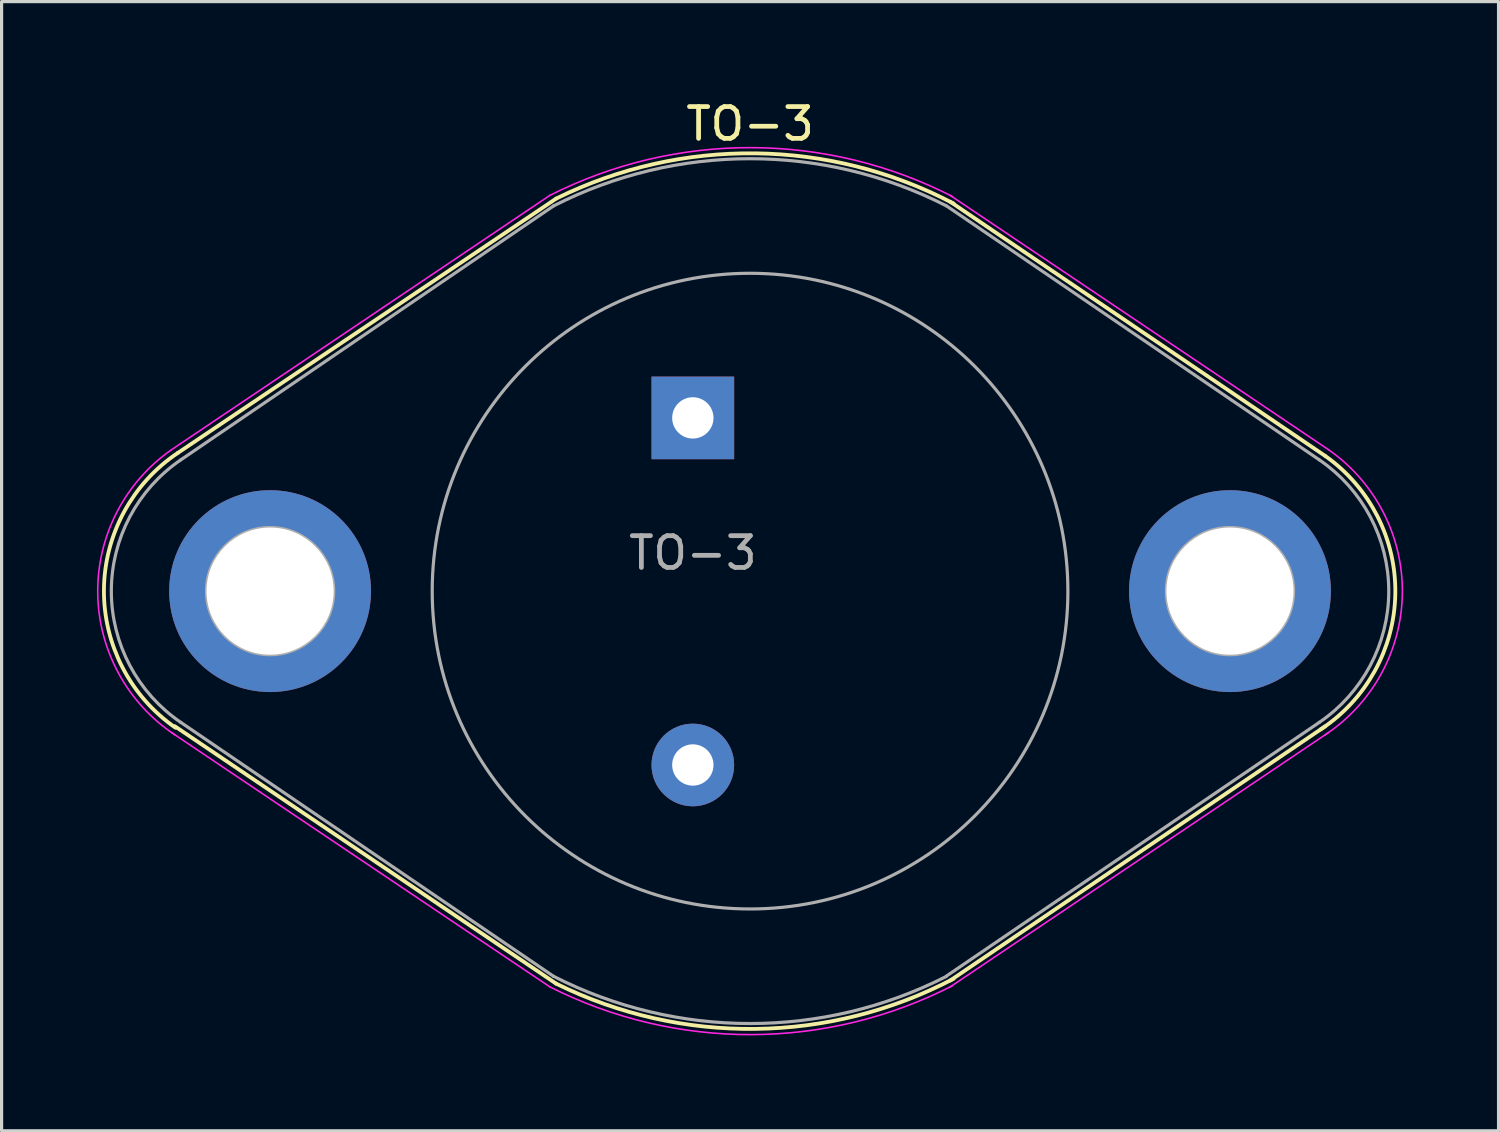
<source format=kicad_pcb>
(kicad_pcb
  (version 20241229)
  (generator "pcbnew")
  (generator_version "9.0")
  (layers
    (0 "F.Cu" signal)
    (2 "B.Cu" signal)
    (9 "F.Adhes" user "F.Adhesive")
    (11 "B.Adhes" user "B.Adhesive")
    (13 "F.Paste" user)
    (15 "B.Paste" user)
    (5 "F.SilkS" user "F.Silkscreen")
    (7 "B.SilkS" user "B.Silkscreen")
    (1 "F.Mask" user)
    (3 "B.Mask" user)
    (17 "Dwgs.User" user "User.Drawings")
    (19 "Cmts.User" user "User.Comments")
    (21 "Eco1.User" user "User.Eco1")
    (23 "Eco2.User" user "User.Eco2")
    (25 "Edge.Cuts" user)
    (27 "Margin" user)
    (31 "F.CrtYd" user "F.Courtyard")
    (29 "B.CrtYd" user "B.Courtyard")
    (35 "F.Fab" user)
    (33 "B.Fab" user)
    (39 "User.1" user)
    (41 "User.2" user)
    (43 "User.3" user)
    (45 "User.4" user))
  (footprint "TO-3"
    (layer "F.Cu")
    (at 18.748 10.098)
    (property "Reference" "TO-3" (at 1.8 -9.25 0) (layer "F.SilkS") (effects (font (size 1 1) (thickness 0.15))))
    (attr through_hole)
    (fp_line (start -4.3 -6.9) (end -16.2 1.1) (stroke (width 0.12) (type solid)) (layer "F.SilkS"))
    (fp_line (start -4.3 17.8) (end -16.3 9.7) (stroke (width 0.12) (type solid)) (layer "F.SilkS"))
    (fp_line (start 8.1 -6.8) (end 19.9 1.2) (stroke (width 0.12) (type solid)) (layer "F.SilkS"))
    (fp_line (start 8.1 17.7) (end 19.9 9.7) (stroke (width 0.12) (type solid)) (layer "F.SilkS"))
    (fp_arc (start -16.276967 9.747694) (mid -18.527843 5.403471) (end -16.2 1.1) (stroke (width 0.12) (type solid)) (layer "F.SilkS"))
    (fp_arc (start -4.3 -6.9) (mid 1.971643 -8.323273) (end 8.20587 -6.744152) (stroke (width 0.12) (type solid)) (layer "F.SilkS"))
    (fp_arc (start 8.20587 17.644152) (mid 1.971643 19.223273) (end -4.3 17.8) (stroke (width 0.12) (type solid)) (layer "F.SilkS"))
    (fp_arc (start 19.9 1.2) (mid 22.101343 5.542388) (end 19.747176 9.803859) (stroke (width 0.12) (type solid)) (layer "F.SilkS"))
    (fp_line (start -4.5 -7) (end -16.4 1) (stroke (width 0.05) (type solid)) (layer "F.CrtYd"))
    (fp_line (start -4.5 17.9) (end -16.4 9.9) (stroke (width 0.05) (type solid)) (layer "F.CrtYd"))
    (fp_line (start 8.1 -7) (end 20 1) (stroke (width 0.05) (type solid)) (layer "F.CrtYd"))
    (fp_line (start 8.1 17.9) (end 20 9.9) (stroke (width 0.05) (type solid)) (layer "F.CrtYd"))
    (fp_arc (start -16.296319 9.970461) (mid -18.722967 5.512679) (end -16.4 1) (stroke (width 0.05) (type solid)) (layer "F.CrtYd"))
    (fp_arc (start -4.5 -7) (mid 1.838841 -8.503171) (end 8.169214 -6.964733) (stroke (width 0.05) (type solid)) (layer "F.CrtYd"))
    (fp_arc (start 8.169214 17.864733) (mid 1.838841 19.403171) (end -4.5 17.9) (stroke (width 0.05) (type solid)) (layer "F.CrtYd"))
    (fp_arc (start 20 1) (mid 22.322967 5.512679) (end 19.896319 9.970461) (stroke (width 0.05) (type solid)) (layer "F.CrtYd"))
    (fp_line (start -4.38 -6.67) (end -16.11 1.32) (stroke (width 0.1) (type solid)) (layer "F.Fab"))
    (fp_line (start -4.38 17.57) (end -16.11 9.58) (stroke (width 0.1) (type solid)) (layer "F.Fab"))
    (fp_line (start 7.98 -6.67) (end 19.71 1.32) (stroke (width 0.1) (type solid)) (layer "F.Fab"))
    (fp_line (start 7.98 17.56) (end 19.71 9.58) (stroke (width 0.1) (type solid)) (layer "F.Fab"))
    (fp_arc (start -16.105547 9.583026) (mid -18.295297 5.452692) (end -16.11 1.32) (stroke (width 0.1) (type solid)) (layer "F.Fab"))
    (fp_arc (start -4.38 -6.67) (mid 1.795945 -8.15466) (end 7.972773 -6.673682) (stroke (width 0.1) (type solid)) (layer "F.Fab"))
    (fp_arc (start 7.972773 17.573682) (mid 1.795945 19.05466) (end -4.38 17.57) (stroke (width 0.1) (type solid)) (layer "F.Fab"))
    (fp_arc (start 19.71 1.32) (mid 21.895297 5.452692) (end 19.705547 9.583026) (stroke (width 0.1) (type solid)) (layer "F.Fab"))
    (fp_circle (center -13.3 5.45) (end -15.3 5.45) (stroke (width 0.1) (type solid)) (fill no) (layer "F.Fab"))
    (fp_circle (center 1.8 5.45) (end 11.8 5.45) (stroke (width 0.1) (type solid)) (fill no) (layer "F.Fab"))
    (fp_circle (center 16.9 5.45) (end 18.9 5.45) (stroke (width 0.1) (type solid)) (fill no) (layer "F.Fab"))
    (fp_text user "${REFERENCE}" (at 0 4.25 0) (layer "F.Fab") (effects (font (size 1 1) (thickness 0.15))))
    (pad "1" thru_hole rect (at 0 0) (size 2.6 2.6) (drill 1.3) (layers "*.Cu" "*.Mask"))
    (pad "2" thru_hole circle (at 0 10.92) (size 2.6 2.6) (drill 1.3) (layers "*.Cu" "*.Mask"))
    (pad "3" thru_hole circle (at -13.3 5.45) (size 6.35 6.35) (drill 4) (layers "*.Cu" "*.Mask"))
    (pad "3" thru_hole circle (at 16.9 5.45) (size 6.35 6.35) (drill 4) (layers "*.Cu" "*.Mask")))
  (gr_rect
    (start -3 -3)
    (end 44.097 32.526)
    (stroke (width 0.1) (type default))
    (fill no)
    (layer "Edge.Cuts")))
</source>
